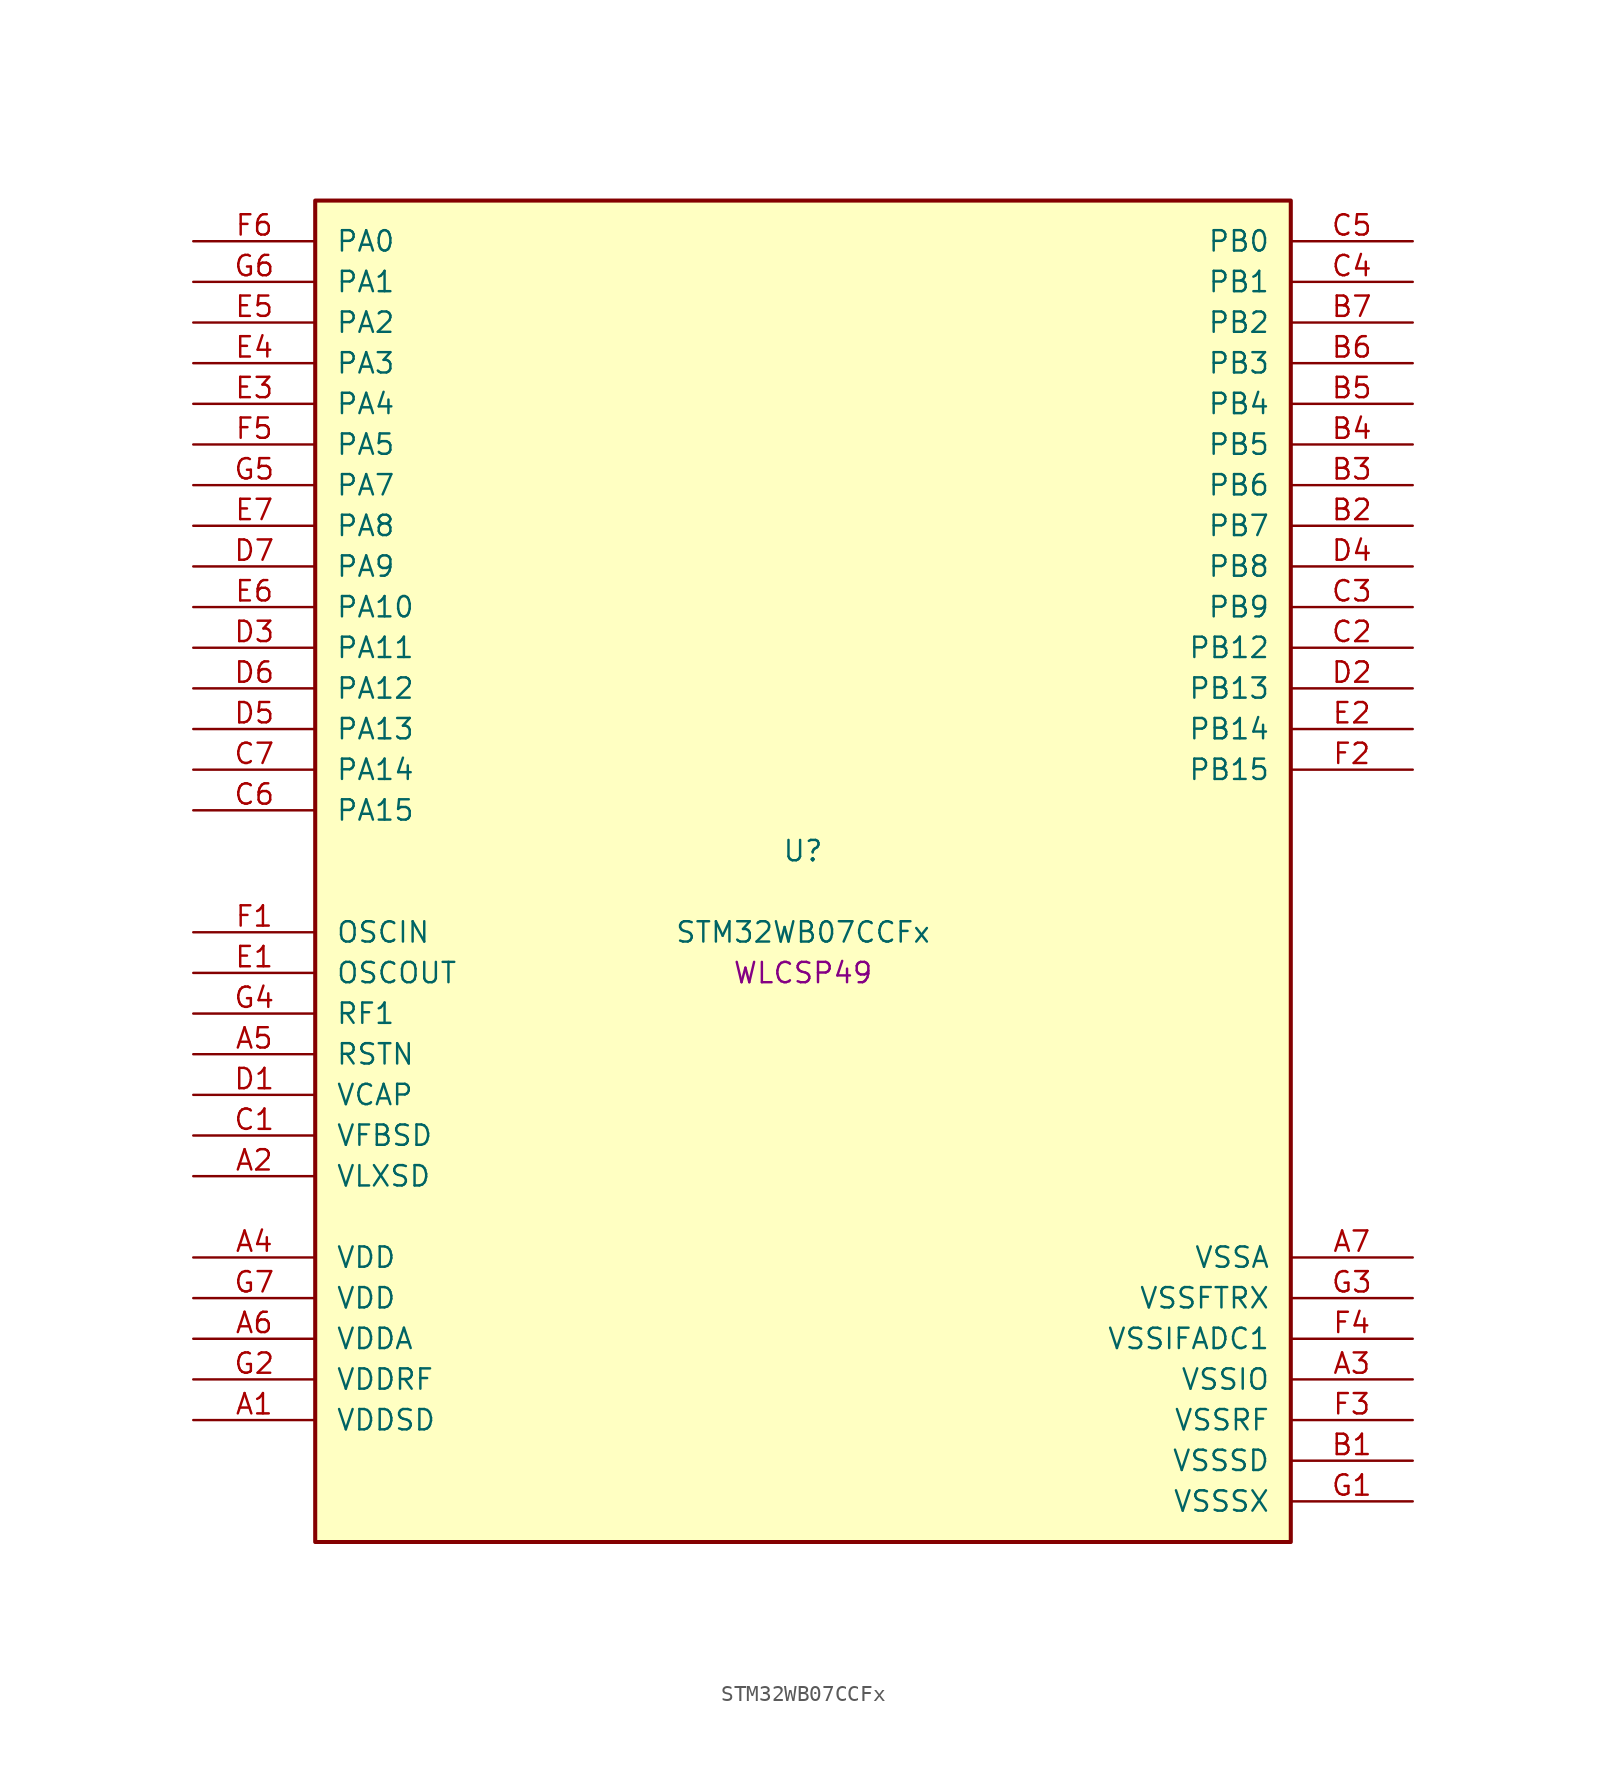
<source format=kicad_sym>
(kicad_symbol_lib
  (version 20241209)
  (generator "stm32_pkl_generator")
  (generator_version "1.0")
  (symbol "STM32WB07CCFx"
    (pin_names
      (offset 1.27))
    (property "Reference" "U"
      (at 0 2.54 0))
    (property "Value" "STM32WB07CCFx"
      (at 0 -2.54 0))
    (property "Footprint" "WLCSP49"
      (at 0 -5.08 0))
    (symbol "STM32WB07CCFx_1_1"
      (rectangle (start -30.48 43.18) (end 30.48 -40.64) (stroke (width 0.254) (type solid)) (fill (type background)))
      (pin bidirectional line (at -38.1 40.64 0) (length 7.62) (name "PA0") (number "F6") (alternate "PA0/I2C1_SCL" bidirectional line) (alternate "PA0/I2S2_MCK" bidirectional line) (alternate "PA0/PWR_WKUP12" bidirectional line) (alternate "PA0/TIM1_CH3" bidirectional line) (alternate "PA0/USART1_CTS" bidirectional line))
      (pin bidirectional line (at -38.1 38.1 0) (length 7.62) (name "PA1") (number "G6") (alternate "PA1/I2C1_SDA" bidirectional line) (alternate "PA1/PWR_WKUP13" bidirectional line) (alternate "PA1/SPI2_MISO" bidirectional line) (alternate "PA1/TIM1_CH4" bidirectional line) (alternate "PA1/USART1_TX" bidirectional line))
      (pin bidirectional line (at -38.1 35.56 0) (length 7.62) (name "PA2") (number "E5") (alternate "PA2/DEBUG_SWDIO" bidirectional line) (alternate "PA2/I2S3_MCK" bidirectional line) (alternate "PA2/PWR_WKUP14" bidirectional line) (alternate "PA2/USART1_CK" bidirectional line))
      (pin bidirectional line (at -38.1 33.02 0) (length 7.62) (name "PA3") (number "E4") (alternate "PA3/DEBUG_SWCLK" bidirectional line) (alternate "PA3/I2S3_SCK" bidirectional line) (alternate "PA3/PWR_WKUP15" bidirectional line) (alternate "PA3/SPI3_SCK" bidirectional line) (alternate "PA3/TIM1_BKIN2" bidirectional line) (alternate "PA3/USART1_DE" bidirectional line) (alternate "PA3/USART1_RTS" bidirectional line))
      (pin bidirectional line (at -38.1 30.48 0) (length 7.62) (name "PA4") (number "E3") (alternate "PA4/I2S2_WS" bidirectional line) (alternate "PA4/LPUART1_TX" bidirectional line) (alternate "PA4/PWR_WKUP16" bidirectional line) (alternate "PA4/RCC_LCO" bidirectional line) (alternate "PA4/SPI2_NSS" bidirectional line) (alternate "PA4/TIM1_CH1" bidirectional line))
      (pin bidirectional line (at -38.1 27.94 0) (length 7.62) (name "PA5") (number "F5") (alternate "PA5/I2S2_SCK" bidirectional line) (alternate "PA5/LPUART1_RX" bidirectional line) (alternate "PA5/PWR_WKUP17" bidirectional line) (alternate "PA5/RCC_LCO" bidirectional line) (alternate "PA5/RCC_MCO" bidirectional line) (alternate "PA5/SPI2_SCK" bidirectional line) (alternate "PA5/TIM1_CH2" bidirectional line))
      (pin bidirectional line (at -38.1 25.4 0) (length 7.62) (name "PA7") (number "G5") (alternate "PA7/I2S2_SCK" bidirectional line) (alternate "PA7/LPUART1_DE" bidirectional line) (alternate "PA7/LPUART1_RTS" bidirectional line) (alternate "PA7/PWR_WKUP19" bidirectional line) (alternate "PA7/RTC_OUT" bidirectional line) (alternate "PA7/SPI2_MISO" bidirectional line) (alternate "PA7/SPI2_SCK" bidirectional line) (alternate "PA7/TIM1_CH2" bidirectional line))
      (pin bidirectional line (at -38.1 22.86 0) (length 7.62) (name "PA8") (number "E7") (alternate "PA8/PWR_WKUP8" bidirectional line) (alternate "PA8/PWR_WKUP20" bidirectional line) (alternate "PA8/RADIO_RX_SEQUENCE" bidirectional line) (alternate "PA8/RTC_OUT" bidirectional line) (alternate "PA8/SPI1_MOSI" bidirectional line) (alternate "PA8/SPI3_MISO" bidirectional line) (alternate "PA8/TIM1_CH3" bidirectional line) (alternate "PA8/USART1_RX" bidirectional line))
      (pin bidirectional line (at -38.1 20.32 0) (length 7.62) (name "PA9") (number "D7") (alternate "PA9/I2S3_WS" bidirectional line) (alternate "PA9/PWR_WKUP9" bidirectional line) (alternate "PA9/PWR_WKUP21" bidirectional line) (alternate "PA9/RTC_OUT" bidirectional line) (alternate "PA9/SPI1_SCK" bidirectional line) (alternate "PA9/SPI3_NSS" bidirectional line) (alternate "PA9/TIM1_CH4" bidirectional line) (alternate "PA9/USART1_TX" bidirectional line))
      (pin bidirectional line (at -38.1 17.78 0) (length 7.62) (name "PA10") (number "E6") (alternate "PA10/I2S3_MCK" bidirectional line) (alternate "PA10/PWR_WKUP10" bidirectional line) (alternate "PA10/PWR_WKUP22" bidirectional line) (alternate "PA10/RADIO_TX_SEQUENCE" bidirectional line) (alternate "PA10/RCC_LCO" bidirectional line) (alternate "PA10/SPI1_MISO" bidirectional line))
      (pin bidirectional line (at -38.1 15.24 0) (length 7.62) (name "PA11") (number "D3") (alternate "PA11/I2S3_SD" bidirectional line) (alternate "PA11/PWR_WKUP11" bidirectional line) (alternate "PA11/PWR_WKUP23" bidirectional line) (alternate "PA11/RADIO_RX_SEQUENCE" bidirectional line) (alternate "PA11/RCC_MCO" bidirectional line) (alternate "PA11/RTC_OUT" bidirectional line) (alternate "PA11/SPI1_NSS" bidirectional line) (alternate "PA11/SPI3_MOSI" bidirectional line))
      (pin bidirectional line (at -38.1 12.7 0) (length 7.62) (name "PA12") (number "D6") (alternate "PA12/ADC1_VINM3" bidirectional line) (alternate "PA12/I2C1_SMBA" bidirectional line) (alternate "PA12/I2S2_SD" bidirectional line) (alternate "PA12/PWR_WKUP24" bidirectional line) (alternate "PA12/SPI1_NSS" bidirectional line) (alternate "PA12/SPI2_MOSI" bidirectional line) (alternate "PA12/TIM1_CH1" bidirectional line))
      (pin bidirectional line (at -38.1 10.16 0) (length 7.62) (name "PA13") (number "D5") (alternate "PA13/ADC1_VINP3" bidirectional line) (alternate "PA13/I2C2_SCL" bidirectional line) (alternate "PA13/PWR_WKUP25" bidirectional line) (alternate "PA13/SPI1_SCK" bidirectional line) (alternate "PA13/SPI2_MISO" bidirectional line) (alternate "PA13/TIM1_ETR" bidirectional line))
      (pin bidirectional line (at -38.1 7.62 0) (length 7.62) (name "PA14") (number "C7") (alternate "PA14/ADC1_VINM2" bidirectional line) (alternate "PA14/I2C2_SDA" bidirectional line) (alternate "PA14/PWR_WKUP26" bidirectional line) (alternate "PA14/SPI1_MISO" bidirectional line))
      (pin bidirectional line (at -38.1 5.08 0) (length 7.62) (name "PA15") (number "C6") (alternate "PA15/ADC1_VINP2" bidirectional line) (alternate "PA15/I2C2_SMBA" bidirectional line) (alternate "PA15/PWR_WKUP27" bidirectional line) (alternate "PA15/SPI1_MOSI" bidirectional line) (alternate "PA15/TIM1_BKIN2" bidirectional line))
      (pin bidirectional line (at 38.1 40.64 180) (length 7.62) (name "PB0") (number "C5") (alternate "PB0/ADC1_VINM1" bidirectional line) (alternate "PB0/LPUART1_DE" bidirectional line) (alternate "PB0/LPUART1_RTS" bidirectional line) (alternate "PB0/PWR_WKUP0" bidirectional line) (alternate "PB0/TIM1_CH2N" bidirectional line) (alternate "PB0/USART1_RX" bidirectional line))
      (pin bidirectional line (at 38.1 38.1 180) (length 7.62) (name "PB1") (number "C4") (alternate "PB1/ADC1_PDM_CLK" bidirectional line) (alternate "PB1/ADC1_VINP1" bidirectional line) (alternate "PB1/PWR_WKUP1" bidirectional line) (alternate "PB1/SPI1_NSS" bidirectional line) (alternate "PB1/TIM1_ETR" bidirectional line))
      (pin bidirectional line (at 38.1 35.56 180) (length 7.62) (name "PB2") (number "B7") (alternate "PB2/ADC1_PDM_DATA" bidirectional line) (alternate "PB2/ADC1_PGA_CAP0" bidirectional line) (alternate "PB2/ADC1_VINM0" bidirectional line) (alternate "PB2/PWR_WKUP2" bidirectional line) (alternate "PB2/TIM1_CH3" bidirectional line) (alternate "PB2/USART1_DE" bidirectional line) (alternate "PB2/USART1_RTS" bidirectional line))
      (pin bidirectional line (at 38.1 33.02 180) (length 7.62) (name "PB3") (number "B6") (alternate "PB3/ADC1_PGA_CAP1" bidirectional line) (alternate "PB3/ADC1_VINP0" bidirectional line) (alternate "PB3/LPUART1_TX" bidirectional line) (alternate "PB3/PWR_WKUP3" bidirectional line) (alternate "PB3/TIM1_CH4" bidirectional line) (alternate "PB3/USART1_CTS" bidirectional line))
      (pin bidirectional line (at 38.1 30.48 180) (length 7.62) (name "PB4") (number "B5") (alternate "PB4/ADC1_PDM_DATA" bidirectional line) (alternate "PB4/ADC1_PGA_VIN" bidirectional line) (alternate "PB4/LPUART1_TX" bidirectional line) (alternate "PB4/PWR_WKUP4" bidirectional line) (alternate "PB4/SPI2_MISO" bidirectional line))
      (pin bidirectional line (at 38.1 27.94 180) (length 7.62) (name "PB5") (number "B4") (alternate "PB5/ADC1_PDM_CLK" bidirectional line) (alternate "PB5/ADC1_PGA_VBIAS_MIC" bidirectional line) (alternate "PB5/I2S2_SD" bidirectional line) (alternate "PB5/LPUART1_RX" bidirectional line) (alternate "PB5/PWR_WKUP5" bidirectional line) (alternate "PB5/SPI2_MOSI" bidirectional line))
      (pin bidirectional line (at 38.1 25.4 180) (length 7.62) (name "PB6") (number "B3") (alternate "PB6/I2C2_SCL" bidirectional line) (alternate "PB6/I2S2_WS" bidirectional line) (alternate "PB6/LPUART1_TX" bidirectional line) (alternate "PB6/PWR_WKUP6" bidirectional line) (alternate "PB6/SPI2_NSS" bidirectional line) (alternate "PB6/TIM1_CH1" bidirectional line))
      (pin bidirectional line (at 38.1 22.86 180) (length 7.62) (name "PB7") (number "B2") (alternate "PB7/I2C2_SDA" bidirectional line) (alternate "PB7/I2S2_SCK" bidirectional line) (alternate "PB7/LPUART1_RX" bidirectional line) (alternate "PB7/PWR_WKUP7" bidirectional line) (alternate "PB7/SPI2_SCK" bidirectional line) (alternate "PB7/TIM1_CH2" bidirectional line))
      (pin bidirectional line (at 38.1 20.32 180) (length 7.62) (name "PB8") (number "D4") (alternate "PB8/LPUART1_RX" bidirectional line) (alternate "PB8/PWR_WKUP20" bidirectional line) (alternate "PB8/TIM1_CH1N" bidirectional line) (alternate "PB8/TIM1_CH4" bidirectional line) (alternate "PB8/USART1_CK" bidirectional line))
      (pin bidirectional line (at 38.1 17.78 180) (length 7.62) (name "PB9") (number "C3") (alternate "PB9/I2S2_MCK" bidirectional line) (alternate "PB9/LPUART1_CTS" bidirectional line) (alternate "PB9/PWR_WKUP21" bidirectional line) (alternate "PB9/TIM1_CH1N" bidirectional line) (alternate "PB9/TIM1_CH2N" bidirectional line) (alternate "PB9/USART1_TX" bidirectional line))
      (pin bidirectional line (at 38.1 15.24 180) (length 7.62) (name "PB12") (number "C2") (alternate "PB12/ADC1_PDM_DATA" bidirectional line) (alternate "PB12/RCC_LCO" bidirectional line) (alternate "PB12/RCC_OSC32_OUT" bidirectional line) (alternate "PB12/SPI1_SCK" bidirectional line) (alternate "PB12/TIM1_CH3" bidirectional line))
      (pin bidirectional line (at 38.1 12.7 180) (length 7.62) (name "PB13") (number "D2") (alternate "PB13/ADC1_PDM_CLK" bidirectional line) (alternate "PB13/I2C2_SCL" bidirectional line) (alternate "PB13/RCC_OSC32_IN" bidirectional line) (alternate "PB13/SPI1_MISO" bidirectional line) (alternate "PB13/TIM1_BKIN2" bidirectional line) (alternate "PB13/TIM1_CH4" bidirectional line))
      (pin bidirectional line (at 38.1 10.16 180) (length 7.62) (name "PB14") (number "E2") (alternate "PB14/I2C2_SDA" bidirectional line) (alternate "PB14/PWR_PVD_IN" bidirectional line) (alternate "PB14/SPI1_MOSI" bidirectional line) (alternate "PB14/TIM1_CH3N" bidirectional line) (alternate "PB14/TIM1_ETR" bidirectional line) (alternate "PB14/USART1_RX" bidirectional line))
      (pin bidirectional line (at 38.1 7.62 180) (length 7.62) (name "PB15") (number "F2") (alternate "PB15/I2C1_SMBA" bidirectional line) (alternate "PB15/RADIO_TX_SEQUENCE" bidirectional line) (alternate "PB15/RCC_MCO" bidirectional line) (alternate "PB15/USART1_TX" bidirectional line))
      (pin bidirectional line (at -38.1 -2.54 0) (length 7.62) (name "OSCIN") (number "F1") (alternate "OSCIN/RCC_OSC_IN" bidirectional line))
      (pin bidirectional line (at -38.1 -5.08 0) (length 7.62) (name "OSCOUT") (number "E1") (alternate "OSCOUT/RCC_OSC_OUT" bidirectional line))
      (pin bidirectional line (at -38.1 -7.62 0) (length 7.62) (name "RF1") (number "G4") (alternate "RF1/RADIO_RF1" bidirectional line))
      (pin power_in line (at -38.1 -10.16 0) (length 7.62) (name "RSTN") (number "A5"))
      (pin power_in line (at -38.1 -12.7 0) (length 7.62) (name "VCAP") (number "D1"))
      (pin power_in line (at -38.1 -15.24 0) (length 7.62) (name "VFBSD") (number "C1"))
      (pin power_in line (at -38.1 -17.78 0) (length 7.62) (name "VLXSD") (number "A2"))
      (pin power_in line (at -38.1 -22.86 0) (length 7.62) (name "VDD") (number "A4"))
      (pin power_in line (at -38.1 -25.4 0) (length 7.62) (name "VDD") (number "G7"))
      (pin power_in line (at -38.1 -27.94 0) (length 7.62) (name "VDDA") (number "A6"))
      (pin power_in line (at -38.1 -30.48 0) (length 7.62) (name "VDDRF") (number "G2"))
      (pin power_in line (at -38.1 -33.02 0) (length 7.62) (name "VDDSD") (number "A1"))
      (pin power_in line (at 38.1 -22.86 180) (length 7.62) (name "VSSA") (number "A7"))
      (pin power_in line (at 38.1 -25.4 180) (length 7.62) (name "VSSFTRX") (number "G3"))
      (pin power_in line (at 38.1 -27.94 180) (length 7.62) (name "VSSIFADC1") (number "F4"))
      (pin power_in line (at 38.1 -30.48 180) (length 7.62) (name "VSSIO") (number "A3"))
      (pin power_in line (at 38.1 -33.02 180) (length 7.62) (name "VSSRF") (number "F3"))
      (pin power_in line (at 38.1 -35.56 180) (length 7.62) (name "VSSSD") (number "B1"))
      (pin power_in line (at 38.1 -38.1 180) (length 7.62) (name "VSSSX") (number "G1")))))
</source>
